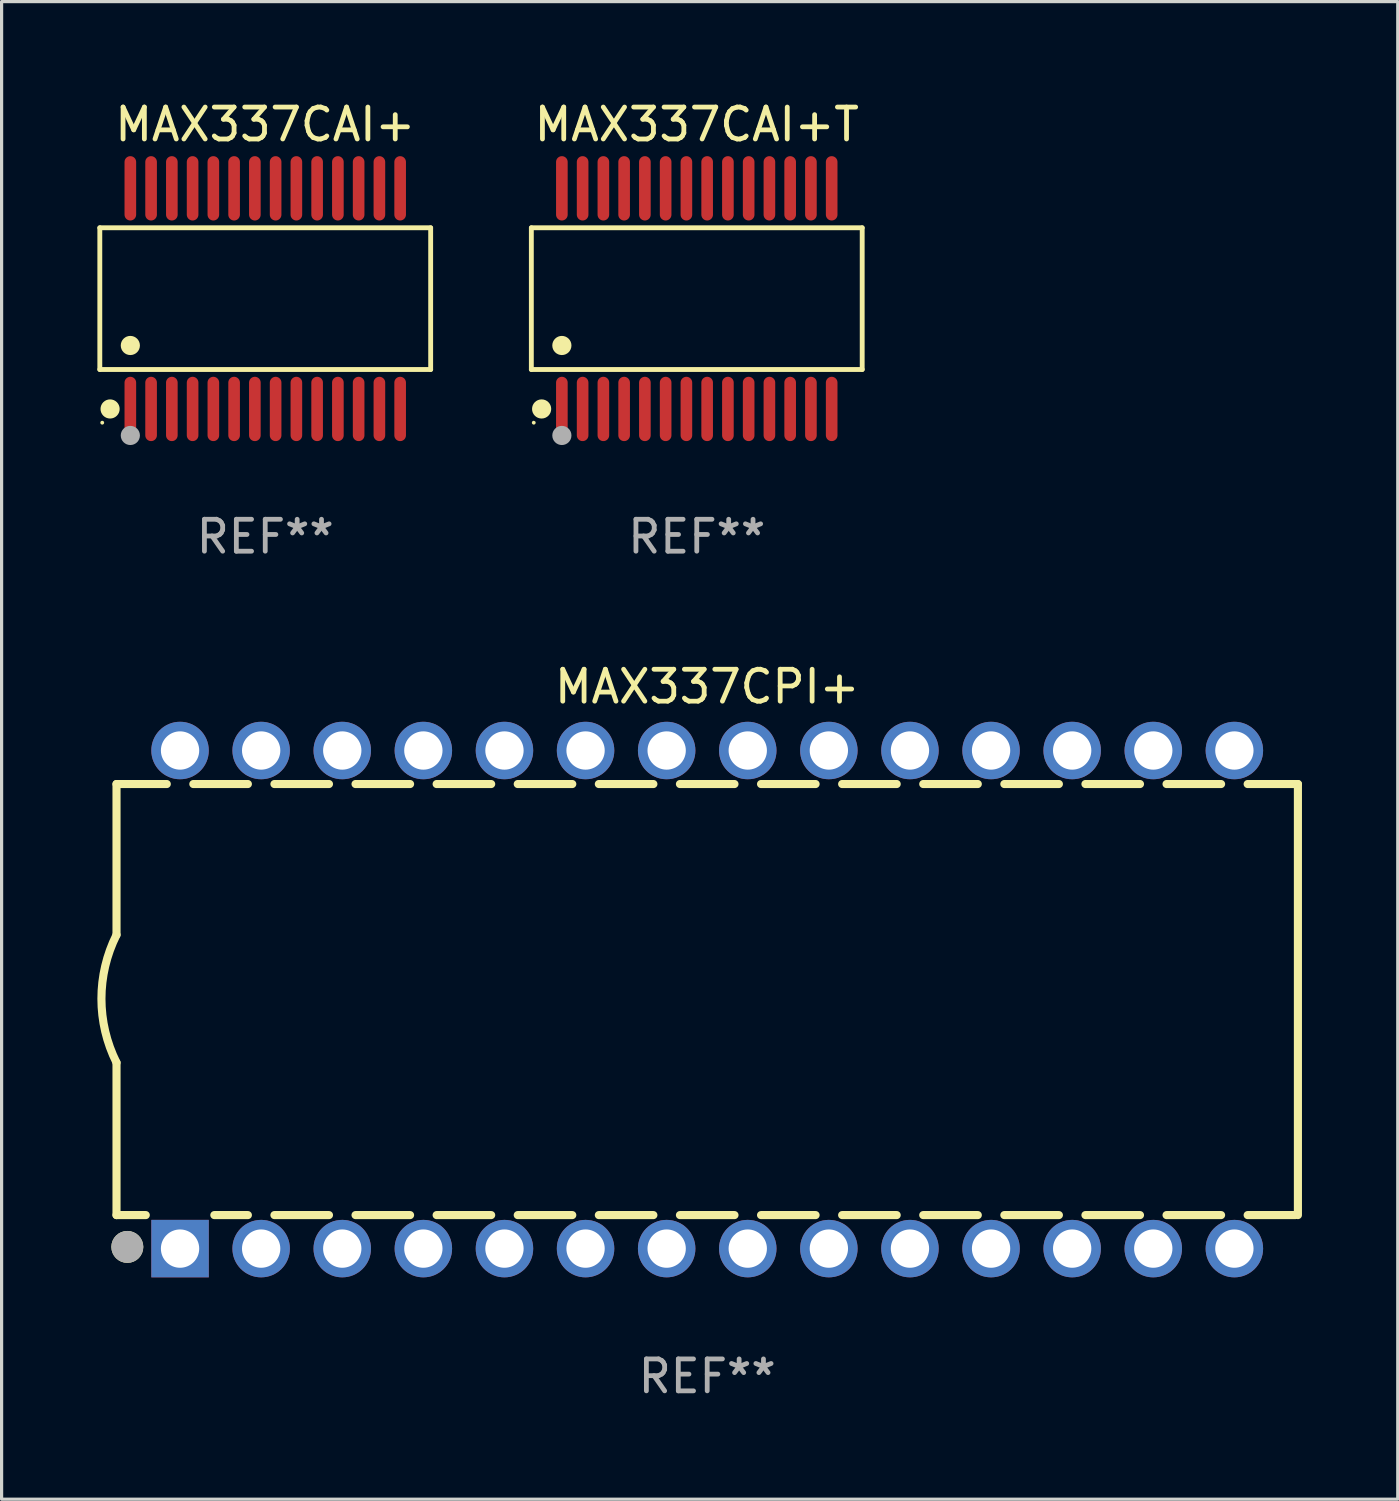
<source format=kicad_pcb>
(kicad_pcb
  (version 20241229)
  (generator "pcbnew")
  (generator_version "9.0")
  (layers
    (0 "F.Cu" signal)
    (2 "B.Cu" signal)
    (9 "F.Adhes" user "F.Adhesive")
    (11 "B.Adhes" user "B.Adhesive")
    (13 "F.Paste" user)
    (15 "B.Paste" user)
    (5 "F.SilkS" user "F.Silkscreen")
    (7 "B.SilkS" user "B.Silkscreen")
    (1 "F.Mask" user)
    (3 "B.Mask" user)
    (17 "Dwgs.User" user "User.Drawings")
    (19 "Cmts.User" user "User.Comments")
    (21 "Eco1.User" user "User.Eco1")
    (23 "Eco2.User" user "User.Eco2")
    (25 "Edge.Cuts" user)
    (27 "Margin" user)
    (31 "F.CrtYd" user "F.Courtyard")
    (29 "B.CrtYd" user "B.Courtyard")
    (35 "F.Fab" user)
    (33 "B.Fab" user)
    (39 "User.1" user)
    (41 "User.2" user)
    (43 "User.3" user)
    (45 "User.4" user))
  (footprint "MAX337CAI+"
    (layer "F.Cu")
    (at 5.257 6.303)
    (property "Reference" "MAX337CAI+" (at 0 -5.455 0) (layer "F.SilkS") (effects (font (size 1 1) (thickness 0.15))))
    (attr through_hole)
    (fp_line (start -5.181 -2.219) (end 5.181 -2.219) (stroke (width 0.152) (type solid)) (layer "F.SilkS"))
    (fp_line (start -5.181 2.219) (end -5.181 -2.219) (stroke (width 0.152) (type solid)) (layer "F.SilkS"))
    (fp_line (start 5.181 -2.219) (end 5.181 2.219) (stroke (width 0.152) (type solid)) (layer "F.SilkS"))
    (fp_line (start 5.181 2.219) (end -5.181 2.219) (stroke (width 0.152) (type solid)) (layer "F.SilkS"))
    (fp_circle (center -5.105 3.885) (end -5.075 3.885) (stroke (width 0.06) (type solid)) (fill no) (layer "F.SilkS"))
    (fp_circle (center -4.859 3.455) (end -4.709 3.455) (stroke (width 0.3) (type solid)) (fill no) (layer "F.SilkS"))
    (fp_circle (center -4.225 1.467) (end -4.075 1.467) (stroke (width 0.3) (type solid)) (fill no) (layer "F.SilkS"))
    (fp_circle (center -4.225 4.285) (end -4.075 4.285) (stroke (width 0.3) (type solid)) (fill no) (layer "F.Fab"))
    (fp_text user "REF**" (at 0 7.455 0) (layer "F.Fab") (effects (font (size 1 1) (thickness 0.15))))
    (pad "1" smd oval (at -4.225 3.455) (size 0.364 2.015) (layers "F.Cu" "F.Mask" "F.Paste"))
    (pad "2" smd oval (at -3.575 3.455) (size 0.364 2.015) (layers "F.Cu" "F.Mask" "F.Paste"))
    (pad "3" smd oval (at -2.925 3.455) (size 0.364 2.015) (layers "F.Cu" "F.Mask" "F.Paste"))
    (pad "4" smd oval (at -2.275 3.455) (size 0.364 2.015) (layers "F.Cu" "F.Mask" "F.Paste"))
    (pad "5" smd oval (at -1.625 3.455) (size 0.364 2.015) (layers "F.Cu" "F.Mask" "F.Paste"))
    (pad "6" smd oval (at -0.975 3.455) (size 0.364 2.015) (layers "F.Cu" "F.Mask" "F.Paste"))
    (pad "7" smd oval (at -0.325 3.455) (size 0.364 2.015) (layers "F.Cu" "F.Mask" "F.Paste"))
    (pad "8" smd oval (at 0.325 3.455) (size 0.364 2.015) (layers "F.Cu" "F.Mask" "F.Paste"))
    (pad "9" smd oval (at 0.975 3.455) (size 0.364 2.015) (layers "F.Cu" "F.Mask" "F.Paste"))
    (pad "10" smd oval (at 1.625 3.455) (size 0.364 2.015) (layers "F.Cu" "F.Mask" "F.Paste"))
    (pad "11" smd oval (at 2.275 3.455) (size 0.364 2.015) (layers "F.Cu" "F.Mask" "F.Paste"))
    (pad "12" smd oval (at 2.925 3.455) (size 0.364 2.015) (layers "F.Cu" "F.Mask" "F.Paste"))
    (pad "13" smd oval (at 3.575 3.455) (size 0.364 2.015) (layers "F.Cu" "F.Mask" "F.Paste"))
    (pad "14" smd oval (at 4.225 3.455) (size 0.364 2.015) (layers "F.Cu" "F.Mask" "F.Paste"))
    (pad "15" smd oval (at 4.225 -3.455) (size 0.364 2.015) (layers "F.Cu" "F.Mask" "F.Paste"))
    (pad "16" smd oval (at 3.575 -3.455) (size 0.364 2.015) (layers "F.Cu" "F.Mask" "F.Paste"))
    (pad "17" smd oval (at 2.925 -3.455) (size 0.364 2.015) (layers "F.Cu" "F.Mask" "F.Paste"))
    (pad "18" smd oval (at 2.275 -3.455) (size 0.364 2.015) (layers "F.Cu" "F.Mask" "F.Paste"))
    (pad "19" smd oval (at 1.625 -3.455) (size 0.364 2.015) (layers "F.Cu" "F.Mask" "F.Paste"))
    (pad "20" smd oval (at 0.975 -3.455) (size 0.364 2.015) (layers "F.Cu" "F.Mask" "F.Paste"))
    (pad "21" smd oval (at 0.325 -3.455) (size 0.364 2.015) (layers "F.Cu" "F.Mask" "F.Paste"))
    (pad "22" smd oval (at -0.325 -3.455) (size 0.364 2.015) (layers "F.Cu" "F.Mask" "F.Paste"))
    (pad "23" smd oval (at -0.975 -3.455) (size 0.364 2.015) (layers "F.Cu" "F.Mask" "F.Paste"))
    (pad "24" smd oval (at -1.625 -3.455) (size 0.364 2.015) (layers "F.Cu" "F.Mask" "F.Paste"))
    (pad "25" smd oval (at -2.275 -3.455) (size 0.364 2.015) (layers "F.Cu" "F.Mask" "F.Paste"))
    (pad "26" smd oval (at -2.925 -3.455) (size 0.364 2.015) (layers "F.Cu" "F.Mask" "F.Paste"))
    (pad "27" smd oval (at -3.575 -3.455) (size 0.364 2.015) (layers "F.Cu" "F.Mask" "F.Paste"))
    (pad "28" smd oval (at -4.225 -3.455) (size 0.364 2.015) (layers "F.Cu" "F.Mask" "F.Paste")))
  (footprint "MAX337CAI+T"
    (layer "F.Cu")
    (at 18.772 6.303)
    (property "Reference" "MAX337CAI+T" (at 0 -5.455 0) (layer "F.SilkS") (effects (font (size 1 1) (thickness 0.15))))
    (attr through_hole)
    (fp_line (start -5.181 -2.219) (end 5.181 -2.219) (stroke (width 0.152) (type solid)) (layer "F.SilkS"))
    (fp_line (start -5.181 2.219) (end -5.181 -2.219) (stroke (width 0.152) (type solid)) (layer "F.SilkS"))
    (fp_line (start 5.181 -2.219) (end 5.181 2.219) (stroke (width 0.152) (type solid)) (layer "F.SilkS"))
    (fp_line (start 5.181 2.219) (end -5.181 2.219) (stroke (width 0.152) (type solid)) (layer "F.SilkS"))
    (fp_circle (center -5.105 3.885) (end -5.075 3.885) (stroke (width 0.06) (type solid)) (fill no) (layer "F.SilkS"))
    (fp_circle (center -4.859 3.455) (end -4.709 3.455) (stroke (width 0.3) (type solid)) (fill no) (layer "F.SilkS"))
    (fp_circle (center -4.225 1.467) (end -4.075 1.467) (stroke (width 0.3) (type solid)) (fill no) (layer "F.SilkS"))
    (fp_circle (center -4.225 4.285) (end -4.075 4.285) (stroke (width 0.3) (type solid)) (fill no) (layer "F.Fab"))
    (fp_text user "REF**" (at 0 7.455 0) (layer "F.Fab") (effects (font (size 1 1) (thickness 0.15))))
    (pad "1" smd oval (at -4.225 3.455) (size 0.364 2.015) (layers "F.Cu" "F.Mask" "F.Paste"))
    (pad "2" smd oval (at -3.575 3.455) (size 0.364 2.015) (layers "F.Cu" "F.Mask" "F.Paste"))
    (pad "3" smd oval (at -2.925 3.455) (size 0.364 2.015) (layers "F.Cu" "F.Mask" "F.Paste"))
    (pad "4" smd oval (at -2.275 3.455) (size 0.364 2.015) (layers "F.Cu" "F.Mask" "F.Paste"))
    (pad "5" smd oval (at -1.625 3.455) (size 0.364 2.015) (layers "F.Cu" "F.Mask" "F.Paste"))
    (pad "6" smd oval (at -0.975 3.455) (size 0.364 2.015) (layers "F.Cu" "F.Mask" "F.Paste"))
    (pad "7" smd oval (at -0.325 3.455) (size 0.364 2.015) (layers "F.Cu" "F.Mask" "F.Paste"))
    (pad "8" smd oval (at 0.325 3.455) (size 0.364 2.015) (layers "F.Cu" "F.Mask" "F.Paste"))
    (pad "9" smd oval (at 0.975 3.455) (size 0.364 2.015) (layers "F.Cu" "F.Mask" "F.Paste"))
    (pad "10" smd oval (at 1.625 3.455) (size 0.364 2.015) (layers "F.Cu" "F.Mask" "F.Paste"))
    (pad "11" smd oval (at 2.275 3.455) (size 0.364 2.015) (layers "F.Cu" "F.Mask" "F.Paste"))
    (pad "12" smd oval (at 2.925 3.455) (size 0.364 2.015) (layers "F.Cu" "F.Mask" "F.Paste"))
    (pad "13" smd oval (at 3.575 3.455) (size 0.364 2.015) (layers "F.Cu" "F.Mask" "F.Paste"))
    (pad "14" smd oval (at 4.225 3.455) (size 0.364 2.015) (layers "F.Cu" "F.Mask" "F.Paste"))
    (pad "15" smd oval (at 4.225 -3.455) (size 0.364 2.015) (layers "F.Cu" "F.Mask" "F.Paste"))
    (pad "16" smd oval (at 3.575 -3.455) (size 0.364 2.015) (layers "F.Cu" "F.Mask" "F.Paste"))
    (pad "17" smd oval (at 2.925 -3.455) (size 0.364 2.015) (layers "F.Cu" "F.Mask" "F.Paste"))
    (pad "18" smd oval (at 2.275 -3.455) (size 0.364 2.015) (layers "F.Cu" "F.Mask" "F.Paste"))
    (pad "19" smd oval (at 1.625 -3.455) (size 0.364 2.015) (layers "F.Cu" "F.Mask" "F.Paste"))
    (pad "20" smd oval (at 0.975 -3.455) (size 0.364 2.015) (layers "F.Cu" "F.Mask" "F.Paste"))
    (pad "21" smd oval (at 0.325 -3.455) (size 0.364 2.015) (layers "F.Cu" "F.Mask" "F.Paste"))
    (pad "22" smd oval (at -0.325 -3.455) (size 0.364 2.015) (layers "F.Cu" "F.Mask" "F.Paste"))
    (pad "23" smd oval (at -0.975 -3.455) (size 0.364 2.015) (layers "F.Cu" "F.Mask" "F.Paste"))
    (pad "24" smd oval (at -1.625 -3.455) (size 0.364 2.015) (layers "F.Cu" "F.Mask" "F.Paste"))
    (pad "25" smd oval (at -2.275 -3.455) (size 0.364 2.015) (layers "F.Cu" "F.Mask" "F.Paste"))
    (pad "26" smd oval (at -2.925 -3.455) (size 0.364 2.015) (layers "F.Cu" "F.Mask" "F.Paste"))
    (pad "27" smd oval (at -3.575 -3.455) (size 0.364 2.015) (layers "F.Cu" "F.Mask" "F.Paste"))
    (pad "28" smd oval (at -4.225 -3.455) (size 0.364 2.015) (layers "F.Cu" "F.Mask" "F.Paste")))
  (footprint "MAX337CPI+"
    (layer "F.Cu")
    (at 19.099 28.255)
    (property "Reference" "MAX337CPI+" (at 0 -9.8 0) (layer "F.SilkS") (effects (font (size 1 1) (thickness 0.15))))
    (attr through_hole)
    (fp_line (start -18.5 -6.75) (end -18.5 -2.026) (stroke (width 0.254) (type solid)) (layer "F.SilkS"))
    (fp_line (start -18.5 -6.75) (end -16.926 -6.75) (stroke (width 0.254) (type solid)) (layer "F.SilkS"))
    (fp_line (start -18.5 6.75) (end -18.5 1.974) (stroke (width 0.254) (type solid)) (layer "F.SilkS"))
    (fp_line (start -18.5 6.75) (end -17.584 6.75) (stroke (width 0.254) (type solid)) (layer "F.SilkS"))
    (fp_line (start -16.094 -6.75) (end -14.386 -6.75) (stroke (width 0.254) (type solid)) (layer "F.SilkS"))
    (fp_line (start -15.436 6.75) (end -14.386 6.75) (stroke (width 0.254) (type solid)) (layer "F.SilkS"))
    (fp_line (start -13.554 -6.75) (end -11.846 -6.75) (stroke (width 0.254) (type solid)) (layer "F.SilkS"))
    (fp_line (start -13.554 6.75) (end -11.846 6.75) (stroke (width 0.254) (type solid)) (layer "F.SilkS"))
    (fp_line (start -11.014 -6.75) (end -9.306 -6.75) (stroke (width 0.254) (type solid)) (layer "F.SilkS"))
    (fp_line (start -11.014 6.75) (end -9.306 6.75) (stroke (width 0.254) (type solid)) (layer "F.SilkS"))
    (fp_line (start -8.474 -6.75) (end -6.766 -6.75) (stroke (width 0.254) (type solid)) (layer "F.SilkS"))
    (fp_line (start -8.474 6.75) (end -6.766 6.75) (stroke (width 0.254) (type solid)) (layer "F.SilkS"))
    (fp_line (start -5.934 -6.75) (end -4.226 -6.75) (stroke (width 0.254) (type solid)) (layer "F.SilkS"))
    (fp_line (start -5.934 6.75) (end -4.226 6.75) (stroke (width 0.254) (type solid)) (layer "F.SilkS"))
    (fp_line (start -3.394 -6.75) (end -1.686 -6.75) (stroke (width 0.254) (type solid)) (layer "F.SilkS"))
    (fp_line (start -3.394 6.75) (end -1.686 6.75) (stroke (width 0.254) (type solid)) (layer "F.SilkS"))
    (fp_line (start -0.854 -6.75) (end 0.854 -6.75) (stroke (width 0.254) (type solid)) (layer "F.SilkS"))
    (fp_line (start -0.854 6.75) (end 0.854 6.75) (stroke (width 0.254) (type solid)) (layer "F.SilkS"))
    (fp_line (start 1.686 -6.75) (end 3.394 -6.75) (stroke (width 0.254) (type solid)) (layer "F.SilkS"))
    (fp_line (start 1.686 6.75) (end 3.394 6.75) (stroke (width 0.254) (type solid)) (layer "F.SilkS"))
    (fp_line (start 4.226 -6.75) (end 5.934 -6.75) (stroke (width 0.254) (type solid)) (layer "F.SilkS"))
    (fp_line (start 4.226 6.75) (end 5.934 6.75) (stroke (width 0.254) (type solid)) (layer "F.SilkS"))
    (fp_line (start 6.766 -6.75) (end 8.474 -6.75) (stroke (width 0.254) (type solid)) (layer "F.SilkS"))
    (fp_line (start 6.766 6.75) (end 8.474 6.75) (stroke (width 0.254) (type solid)) (layer "F.SilkS"))
    (fp_line (start 9.306 -6.75) (end 11.014 -6.75) (stroke (width 0.254) (type solid)) (layer "F.SilkS"))
    (fp_line (start 9.306 6.75) (end 11.014 6.75) (stroke (width 0.254) (type solid)) (layer "F.SilkS"))
    (fp_line (start 11.846 -6.75) (end 13.554 -6.75) (stroke (width 0.254) (type solid)) (layer "F.SilkS"))
    (fp_line (start 11.846 6.75) (end 13.554 6.75) (stroke (width 0.254) (type solid)) (layer "F.SilkS"))
    (fp_line (start 14.386 -6.75) (end 16.094 -6.75) (stroke (width 0.254) (type solid)) (layer "F.SilkS"))
    (fp_line (start 14.386 6.75) (end 16.094 6.75) (stroke (width 0.254) (type solid)) (layer "F.SilkS"))
    (fp_line (start 16.926 -6.75) (end 18.5 -6.75) (stroke (width 0.254) (type solid)) (layer "F.SilkS"))
    (fp_line (start 16.926 6.75) (end 18.415 6.75) (stroke (width 0.254) (type solid)) (layer "F.SilkS"))
    (fp_line (start 18.5 6.75) (end 18.5 -6.75) (stroke (width 0.254) (type solid)) (layer "F.SilkS"))
    (fp_arc (start -18.500051 1.974384) (mid -18.972187 -0.025616) (end -18.500051 -2.025616) (stroke (width 0.254001) (type solid)) (layer "F.SilkS"))
    (fp_circle (center -18.5 7.8) (end -18.47 7.8) (stroke (width 0.06) (type solid)) (fill no) (layer "F.SilkS"))
    (fp_circle (center -18.161 7.747) (end -17.911 7.747) (stroke (width 0.5) (type solid)) (fill no) (layer "F.SilkS"))
    (fp_circle (center -18.161 7.747) (end -17.911 7.747) (stroke (width 0.5) (type solid)) (fill no) (layer "F.Fab"))
    (fp_text user "REF**" (at 0 11.8 0) (layer "F.Fab") (effects (font (size 1 1) (thickness 0.15))))
    (pad "1" thru_hole rect (at -16.51 7.8) (size 1.8 1.8) (drill 1.2) (layers "*.Cu" "*.Mask"))
    (pad "2" thru_hole circle (at -13.97 7.8) (size 1.8 1.8) (drill 1.2) (layers "*.Cu" "*.Mask"))
    (pad "3" thru_hole circle (at -11.43 7.8) (size 1.8 1.8) (drill 1.2) (layers "*.Cu" "*.Mask"))
    (pad "4" thru_hole circle (at -8.89 7.8) (size 1.8 1.8) (drill 1.2) (layers "*.Cu" "*.Mask"))
    (pad "5" thru_hole circle (at -6.35 7.8) (size 1.8 1.8) (drill 1.2) (layers "*.Cu" "*.Mask"))
    (pad "6" thru_hole circle (at -3.81 7.8) (size 1.8 1.8) (drill 1.2) (layers "*.Cu" "*.Mask"))
    (pad "7" thru_hole circle (at -1.27 7.8) (size 1.8 1.8) (drill 1.2) (layers "*.Cu" "*.Mask"))
    (pad "8" thru_hole circle (at 1.27 7.8) (size 1.8 1.8) (drill 1.2) (layers "*.Cu" "*.Mask"))
    (pad "9" thru_hole circle (at 3.81 7.8) (size 1.8 1.8) (drill 1.2) (layers "*.Cu" "*.Mask"))
    (pad "10" thru_hole circle (at 6.35 7.8) (size 1.8 1.8) (drill 1.2) (layers "*.Cu" "*.Mask"))
    (pad "11" thru_hole circle (at 8.89 7.8) (size 1.8 1.8) (drill 1.2) (layers "*.Cu" "*.Mask"))
    (pad "12" thru_hole circle (at 11.43 7.8) (size 1.8 1.8) (drill 1.2) (layers "*.Cu" "*.Mask"))
    (pad "13" thru_hole circle (at 13.97 7.8) (size 1.8 1.8) (drill 1.2) (layers "*.Cu" "*.Mask"))
    (pad "14" thru_hole circle (at 16.51 7.8) (size 1.8 1.8) (drill 1.2) (layers "*.Cu" "*.Mask"))
    (pad "15" thru_hole circle (at 16.51 -7.8) (size 1.8 1.8) (drill 1.2) (layers "*.Cu" "*.Mask"))
    (pad "16" thru_hole circle (at 13.97 -7.8) (size 1.8 1.8) (drill 1.2) (layers "*.Cu" "*.Mask"))
    (pad "17" thru_hole circle (at 11.43 -7.8) (size 1.8 1.8) (drill 1.2) (layers "*.Cu" "*.Mask"))
    (pad "18" thru_hole circle (at 8.89 -7.8) (size 1.8 1.8) (drill 1.2) (layers "*.Cu" "*.Mask"))
    (pad "19" thru_hole circle (at 6.35 -7.8) (size 1.8 1.8) (drill 1.2) (layers "*.Cu" "*.Mask"))
    (pad "20" thru_hole circle (at 3.81 -7.8) (size 1.8 1.8) (drill 1.2) (layers "*.Cu" "*.Mask"))
    (pad "21" thru_hole circle (at 1.27 -7.8) (size 1.8 1.8) (drill 1.2) (layers "*.Cu" "*.Mask"))
    (pad "22" thru_hole circle (at -1.27 -7.8) (size 1.8 1.8) (drill 1.2) (layers "*.Cu" "*.Mask"))
    (pad "23" thru_hole circle (at -3.81 -7.8) (size 1.8 1.8) (drill 1.2) (layers "*.Cu" "*.Mask"))
    (pad "24" thru_hole circle (at -6.35 -7.8) (size 1.8 1.8) (drill 1.2) (layers "*.Cu" "*.Mask"))
    (pad "25" thru_hole circle (at -8.89 -7.8) (size 1.8 1.8) (drill 1.2) (layers "*.Cu" "*.Mask"))
    (pad "26" thru_hole circle (at -11.43 -7.8) (size 1.8 1.8) (drill 1.2) (layers "*.Cu" "*.Mask"))
    (pad "27" thru_hole circle (at -13.97 -7.8) (size 1.8 1.8) (drill 1.2) (layers "*.Cu" "*.Mask"))
    (pad "28" thru_hole circle (at -16.51 -7.8) (size 1.8 1.8) (drill 1.2) (layers "*.Cu" "*.Mask")))
  (gr_rect
    (start -3 -3)
    (end 40.726 43.903)
    (stroke (width 0.1) (type default))
    (fill no)
    (layer "Edge.Cuts")))
</source>
